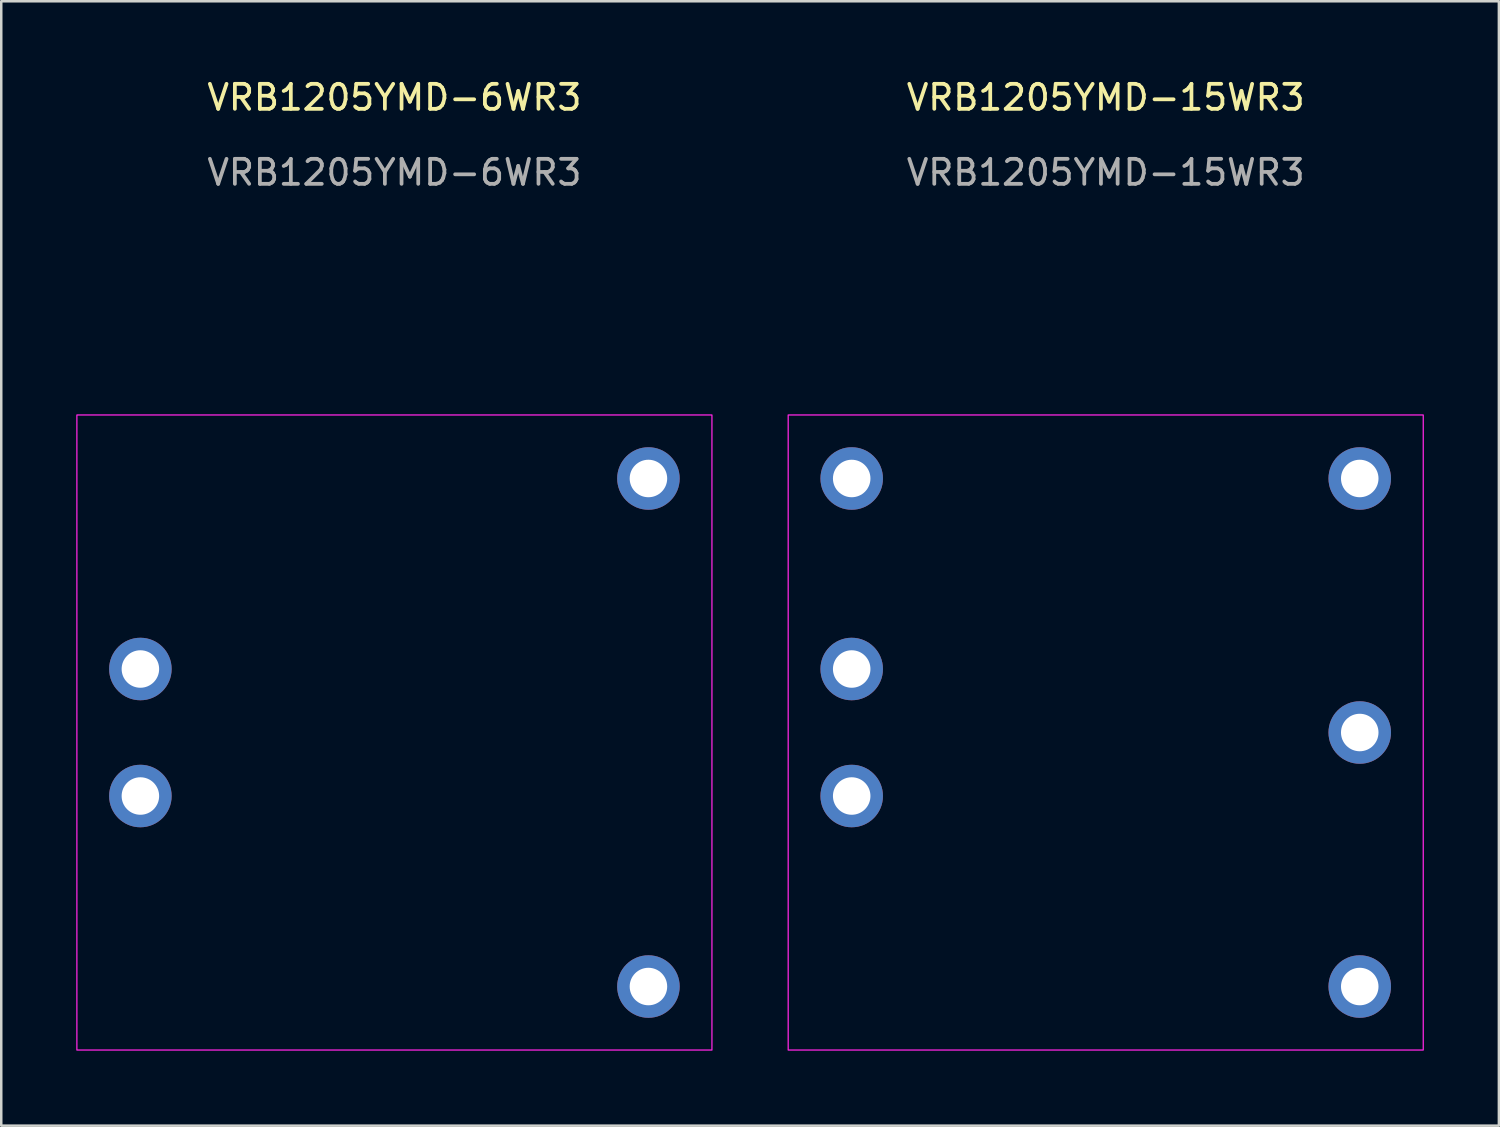
<source format=kicad_pcb>
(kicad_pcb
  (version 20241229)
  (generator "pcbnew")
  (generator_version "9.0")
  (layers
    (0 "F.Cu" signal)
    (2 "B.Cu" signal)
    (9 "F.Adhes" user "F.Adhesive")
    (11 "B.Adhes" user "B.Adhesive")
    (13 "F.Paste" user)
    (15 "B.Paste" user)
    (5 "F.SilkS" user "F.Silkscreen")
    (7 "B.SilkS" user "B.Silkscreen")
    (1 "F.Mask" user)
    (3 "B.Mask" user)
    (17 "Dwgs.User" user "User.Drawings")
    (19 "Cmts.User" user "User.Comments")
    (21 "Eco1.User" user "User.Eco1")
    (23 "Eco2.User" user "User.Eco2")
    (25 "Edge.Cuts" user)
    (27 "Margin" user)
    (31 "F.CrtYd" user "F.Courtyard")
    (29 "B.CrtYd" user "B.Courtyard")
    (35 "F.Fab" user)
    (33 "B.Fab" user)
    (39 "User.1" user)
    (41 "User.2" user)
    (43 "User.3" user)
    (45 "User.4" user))
  (footprint "VRB1205YMD-6WR3"
    (layer "F.Cu")
    (at 12.725 26.248)
    (property "Reference" "VRB1205YMD-6WR3" (at 0 -25.4 0) (unlocked yes) (layer "F.SilkS") (effects (font (size 1 1) (thickness 0.15))))
    (attr through_hole)
    (fp_rect (start -12.7 -12.7) (end 12.7 12.7) (stroke (width 0.05) (type solid)) (fill no) (layer "F.CrtYd"))
    (fp_text user "${REFERENCE}" (at 0 -22.4 0) (unlocked yes) (layer "F.Fab") (effects (font (size 1 1) (thickness 0.15))))
    (pad "1" thru_hole circle (at -10.16 2.54) (size 2.5 2.5) (drill 1.5) (layers "*.Cu" "*.Mask"))
    (pad "2" thru_hole circle (at -10.16 -2.54) (size 2.5 2.5) (drill 1.5) (layers "*.Cu" "*.Mask"))
    (pad "3" thru_hole circle (at 10.16 -10.16) (size 2.5 2.5) (drill 1.5) (layers "*.Cu" "*.Mask"))
    (pad "5" thru_hole circle (at 10.16 10.16) (size 2.5 2.5) (drill 1.5) (layers "*.Cu" "*.Mask")))
  (footprint "VRB1205YMD-15WR3"
    (layer "F.Cu")
    (at 41.175 26.248)
    (property "Reference" "VRB1205YMD-15WR3" (at 0 -25.4 0) (unlocked yes) (layer "F.SilkS") (effects (font (size 1 1) (thickness 0.15))))
    (attr through_hole)
    (fp_rect (start -12.7 -12.7) (end 12.7 12.7) (stroke (width 0.05) (type solid)) (fill no) (layer "F.CrtYd"))
    (fp_text user "${REFERENCE}" (at 0 -22.4 0) (unlocked yes) (layer "F.Fab") (effects (font (size 1 1) (thickness 0.15))))
    (pad "1" thru_hole circle (at -10.16 -10.16) (size 2.5 2.5) (drill 1.5) (layers "*.Cu" "*.Mask"))
    (pad "2" thru_hole circle (at -10.16 -2.54) (size 2.5 2.5) (drill 1.5) (layers "*.Cu" "*.Mask"))
    (pad "3" thru_hole circle (at -10.16 2.54) (size 2.5 2.5) (drill 1.5) (layers "*.Cu" "*.Mask"))
    (pad "4" thru_hole circle (at 10.16 10.16) (size 2.5 2.5) (drill 1.5) (layers "*.Cu" "*.Mask"))
    (pad "5" thru_hole circle (at 10.16 0) (size 2.5 2.5) (drill 1.5) (layers "*.Cu" "*.Mask"))
    (pad "6" thru_hole circle (at 10.16 -10.16) (size 2.5 2.5) (drill 1.5) (layers "*.Cu" "*.Mask")))
  (gr_rect
    (start -3 -3)
    (end 56.9 41.973)
    (stroke (width 0.1) (type default))
    (fill no)
    (layer "Edge.Cuts")))
</source>
